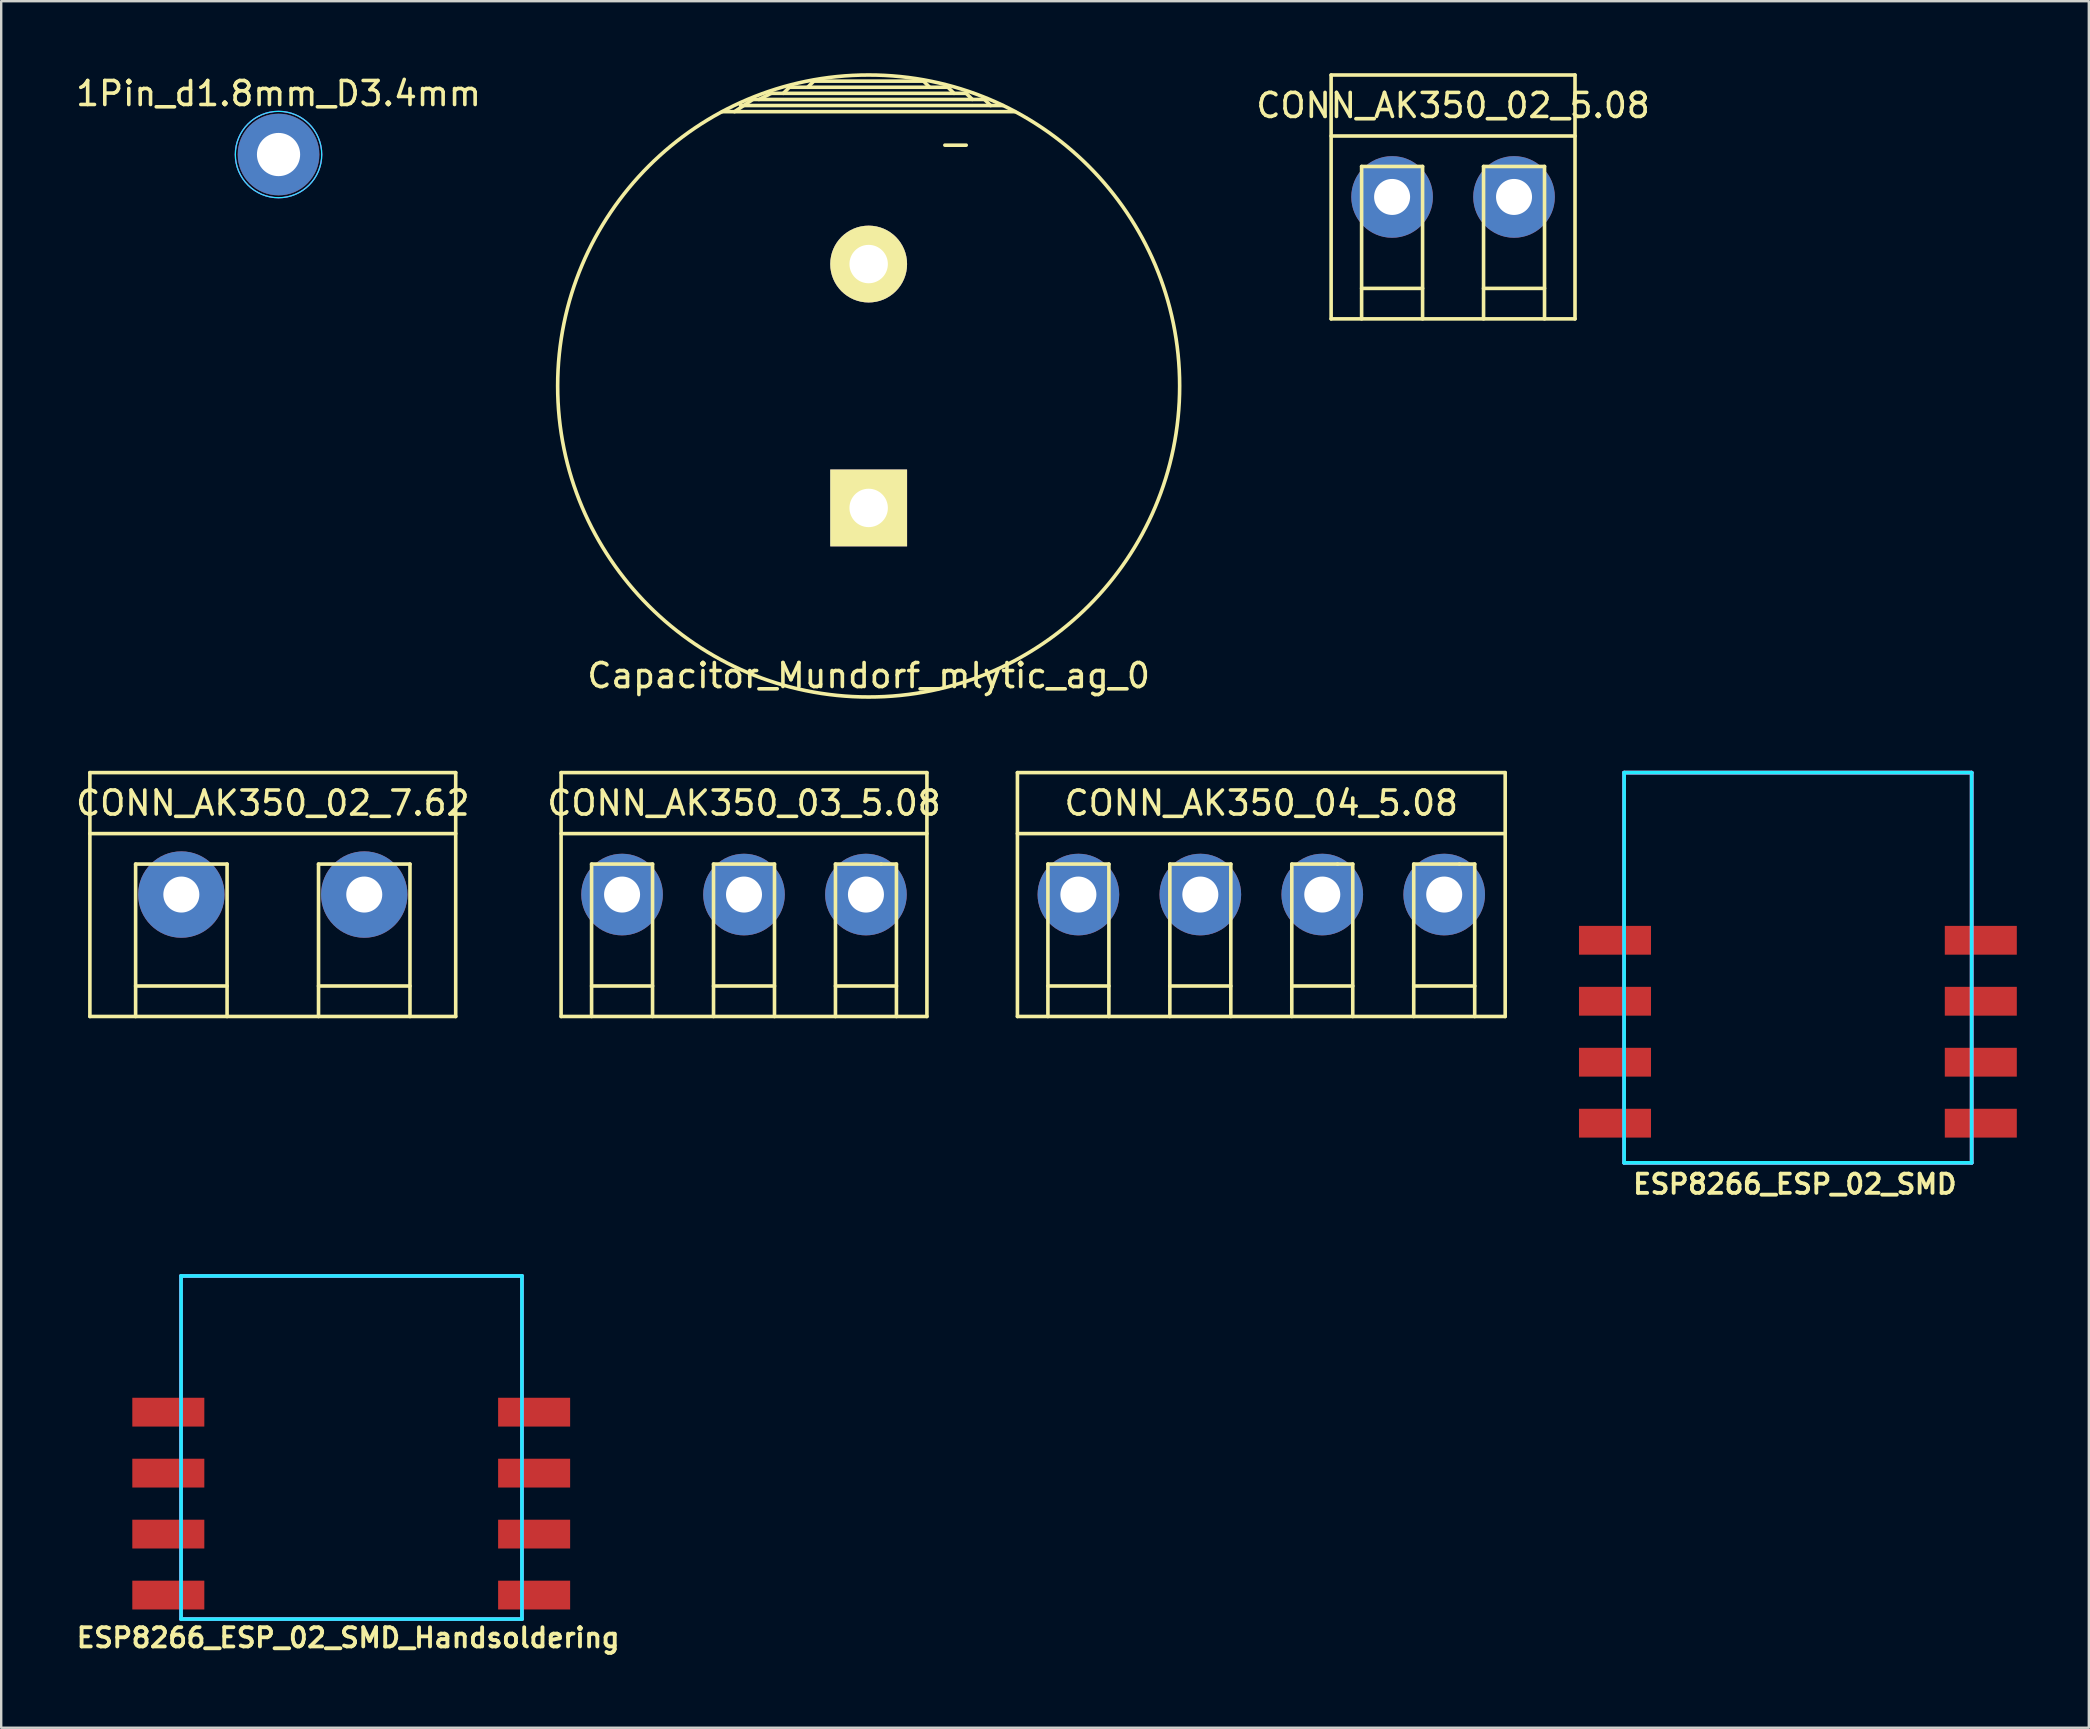
<source format=kicad_pcb>
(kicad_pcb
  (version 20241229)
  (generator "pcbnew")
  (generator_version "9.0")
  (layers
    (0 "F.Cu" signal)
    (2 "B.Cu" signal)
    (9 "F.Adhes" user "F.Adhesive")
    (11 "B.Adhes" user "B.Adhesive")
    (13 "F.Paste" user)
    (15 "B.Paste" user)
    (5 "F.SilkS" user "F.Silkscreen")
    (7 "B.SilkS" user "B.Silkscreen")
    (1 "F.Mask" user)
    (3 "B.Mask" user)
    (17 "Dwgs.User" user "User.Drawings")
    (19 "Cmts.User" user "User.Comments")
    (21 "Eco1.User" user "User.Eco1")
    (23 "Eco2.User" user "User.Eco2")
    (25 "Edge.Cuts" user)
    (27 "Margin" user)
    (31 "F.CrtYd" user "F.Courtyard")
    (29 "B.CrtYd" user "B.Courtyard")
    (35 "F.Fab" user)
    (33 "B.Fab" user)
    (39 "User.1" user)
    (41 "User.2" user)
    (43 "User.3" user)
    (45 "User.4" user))
  (footprint "CONN_AK350_02_7.62"
    (layer "F.Cu")
    (at 4.505 34.218)
    (property "Reference" "CONN_AK350_02_7.62" (at 3.81 -3.81 0) (layer "F.SilkS") (effects (font (size 1 1) (thickness 0.15))))
    (attr exclude_from_pos_files exclude_from_bom)
    (fp_line (start -3.81 -5.08) (end -3.81 5.08) (stroke (width 0.15) (type solid)) (layer "F.SilkS"))
    (fp_line (start -3.81 -5.08) (end 11.43 -5.08) (stroke (width 0.15) (type solid)) (layer "F.SilkS"))
    (fp_line (start -1.905 -1.27) (end 1.905 -1.27) (stroke (width 0.15) (type solid)) (layer "F.SilkS"))
    (fp_line (start -1.905 3.81) (end 1.905 3.81) (stroke (width 0.15) (type solid)) (layer "F.SilkS"))
    (fp_line (start -1.905 5.08) (end -1.905 -1.27) (stroke (width 0.15) (type solid)) (layer "F.SilkS"))
    (fp_line (start 1.905 -1.27) (end 1.905 5.08) (stroke (width 0.15) (type solid)) (layer "F.SilkS"))
    (fp_line (start 5.715 -1.27) (end 9.525 -1.27) (stroke (width 0.15) (type solid)) (layer "F.SilkS"))
    (fp_line (start 5.715 3.81) (end 9.525 3.81) (stroke (width 0.15) (type solid)) (layer "F.SilkS"))
    (fp_line (start 5.715 5.08) (end 5.715 -1.27) (stroke (width 0.15) (type solid)) (layer "F.SilkS"))
    (fp_line (start 9.525 -1.27) (end 9.525 5.08) (stroke (width 0.15) (type solid)) (layer "F.SilkS"))
    (fp_line (start 11.43 -5.08) (end 11.43 5.08) (stroke (width 0.15) (type solid)) (layer "F.SilkS"))
    (fp_line (start 11.43 -2.54) (end -3.81 -2.54) (stroke (width 0.15) (type solid)) (layer "F.SilkS"))
    (fp_line (start 11.43 5.08) (end -3.81 5.08) (stroke (width 0.15) (type solid)) (layer "F.SilkS"))
    (pad "1" thru_hole circle (at 0 0) (size 3.6 3.6) (drill 1.5) (layers "*.Cu" "*.Mask"))
    (pad "2" thru_hole circle (at 7.62 0) (size 3.6 3.6) (drill 1.5) (layers "*.Cu" "*.Mask")))
  (footprint "Capacitor_Mundorf_mlytic_ag_0"
    (layer "F.Cu")
    (at 33.139 13.031)
    (property "Reference" "Capacitor_Mundorf_mlytic_ag_0" (at 0 12.065 180) (layer "F.SilkS") (effects (font (size 1 1) (thickness 0.15))))
    (attr through_hole)
    (fp_line (start -5.334 -11.684) (end 5.588 -11.684) (stroke (width 0.15) (type solid)) (layer "F.SilkS"))
    (fp_line (start -4.826 -11.938) (end -5.588 -11.43) (stroke (width 0.15) (type solid)) (layer "F.SilkS"))
    (fp_line (start -4.572 -11.938) (end -4.064 -12.192) (stroke (width 0.15) (type solid)) (layer "F.SilkS"))
    (fp_line (start -4.064 -12.192) (end 4.064 -12.192) (stroke (width 0.15) (type solid)) (layer "F.SilkS"))
    (fp_line (start -3.302 -12.446) (end -3.556 -12.192) (stroke (width 0.15) (type solid)) (layer "F.SilkS"))
    (fp_line (start -2.54 -12.446) (end -2.286 -12.7) (stroke (width 0.15) (type solid)) (layer "F.SilkS"))
    (fp_line (start -2.286 -12.7) (end 2.286 -12.7) (stroke (width 0.15) (type solid)) (layer "F.SilkS"))
    (fp_line (start 2.286 -12.7) (end 2.54 -12.446) (stroke (width 0.15) (type solid)) (layer "F.SilkS"))
    (fp_line (start 3.175 -10.033) (end 4.064 -10.033) (stroke (width 0.15) (type solid)) (layer "F.SilkS"))
    (fp_line (start 3.302 -12.446) (end -3.302 -12.446) (stroke (width 0.15) (type solid)) (layer "F.SilkS"))
    (fp_line (start 3.556 -12.192) (end 3.302 -12.446) (stroke (width 0.15) (type solid)) (layer "F.SilkS"))
    (fp_line (start 4.064 -12.192) (end 4.318 -11.938) (stroke (width 0.15) (type solid)) (layer "F.SilkS"))
    (fp_line (start 4.826 -11.938) (end -4.826 -11.938) (stroke (width 0.15) (type solid)) (layer "F.SilkS"))
    (fp_line (start 5.08 -11.684) (end 4.826 -11.938) (stroke (width 0.15) (type solid)) (layer "F.SilkS"))
    (fp_line (start 6.096 -11.43) (end -6.096 -11.43) (stroke (width 0.15) (type solid)) (layer "F.SilkS"))
    (fp_circle (center 0 0) (end -12.954 -0.254) (stroke (width 0.15) (type solid)) (fill no) (layer "F.SilkS"))
    (pad "1" thru_hole rect (at 0 5.08 180) (size 3.2 3.2) (drill 1.6) (layers "*.Cu" "*.Mask" "F.SilkS"))
    (pad "2" thru_hole circle (at 0 -5.08 180) (size 3.2 3.2) (drill 1.6) (layers "*.Cu" "*.Mask" "F.SilkS")))
  (footprint "CONN_AK350_02_5.08"
    (layer "F.Cu")
    (at 54.946 5.155)
    (property "Reference" "CONN_AK350_02_5.08" (at 2.54 -3.81 0) (layer "F.SilkS") (effects (font (size 1 1) (thickness 0.15))))
    (attr exclude_from_pos_files exclude_from_bom)
    (fp_line (start -2.54 -5.08) (end -2.54 5.08) (stroke (width 0.15) (type solid)) (layer "F.SilkS"))
    (fp_line (start -2.54 -5.08) (end 7.62 -5.08) (stroke (width 0.15) (type solid)) (layer "F.SilkS"))
    (fp_line (start -1.27 -1.27) (end 1.27 -1.27) (stroke (width 0.15) (type solid)) (layer "F.SilkS"))
    (fp_line (start -1.27 3.81) (end 1.27 3.81) (stroke (width 0.15) (type solid)) (layer "F.SilkS"))
    (fp_line (start -1.27 5.08) (end -1.27 -1.27) (stroke (width 0.15) (type solid)) (layer "F.SilkS"))
    (fp_line (start 1.27 -1.27) (end 1.27 5.08) (stroke (width 0.15) (type solid)) (layer "F.SilkS"))
    (fp_line (start 3.81 -1.27) (end 6.35 -1.27) (stroke (width 0.15) (type solid)) (layer "F.SilkS"))
    (fp_line (start 3.81 3.81) (end 6.35 3.81) (stroke (width 0.15) (type solid)) (layer "F.SilkS"))
    (fp_line (start 3.81 5.08) (end 3.81 -1.27) (stroke (width 0.15) (type solid)) (layer "F.SilkS"))
    (fp_line (start 6.35 -1.27) (end 6.35 5.08) (stroke (width 0.15) (type solid)) (layer "F.SilkS"))
    (fp_line (start 7.62 -5.08) (end 7.62 5.08) (stroke (width 0.15) (type solid)) (layer "F.SilkS"))
    (fp_line (start 7.62 -2.54) (end -2.54 -2.54) (stroke (width 0.15) (type solid)) (layer "F.SilkS"))
    (fp_line (start 7.62 5.08) (end -2.54 5.08) (stroke (width 0.15) (type solid)) (layer "F.SilkS"))
    (pad "1" thru_hole circle (at 0 0) (size 3.4 3.4) (drill 1.5) (layers "*.Cu" "*.Mask"))
    (pad "2" thru_hole circle (at 5.08 0) (size 3.4 3.4) (drill 1.5) (layers "*.Cu" "*.Mask")))
  (footprint "CONN_AK350_04_5.08"
    (layer "F.Cu")
    (at 41.877 34.218)
    (property "Reference" "CONN_AK350_04_5.08" (at 7.62 -3.81 0) (layer "F.SilkS") (effects (font (size 1 1) (thickness 0.15))))
    (attr exclude_from_pos_files exclude_from_bom)
    (fp_line (start -2.54 -5.08) (end -2.54 5.08) (stroke (width 0.15) (type solid)) (layer "F.SilkS"))
    (fp_line (start -2.54 -5.08) (end 17.78 -5.08) (stroke (width 0.15) (type solid)) (layer "F.SilkS"))
    (fp_line (start -1.27 -1.27) (end 1.27 -1.27) (stroke (width 0.15) (type solid)) (layer "F.SilkS"))
    (fp_line (start -1.27 3.81) (end 1.27 3.81) (stroke (width 0.15) (type solid)) (layer "F.SilkS"))
    (fp_line (start -1.27 5.08) (end -1.27 -1.27) (stroke (width 0.15) (type solid)) (layer "F.SilkS"))
    (fp_line (start 1.27 -1.27) (end 1.27 5.08) (stroke (width 0.15) (type solid)) (layer "F.SilkS"))
    (fp_line (start 3.81 -1.27) (end 6.35 -1.27) (stroke (width 0.15) (type solid)) (layer "F.SilkS"))
    (fp_line (start 3.81 3.81) (end 6.35 3.81) (stroke (width 0.15) (type solid)) (layer "F.SilkS"))
    (fp_line (start 3.81 5.08) (end 3.81 -1.27) (stroke (width 0.15) (type solid)) (layer "F.SilkS"))
    (fp_line (start 6.35 -1.27) (end 6.35 5.08) (stroke (width 0.15) (type solid)) (layer "F.SilkS"))
    (fp_line (start 8.89 -1.27) (end 10.795 -1.27) (stroke (width 0.15) (type solid)) (layer "F.SilkS"))
    (fp_line (start 8.89 3.81) (end 11.43 3.81) (stroke (width 0.15) (type solid)) (layer "F.SilkS"))
    (fp_line (start 8.89 5.08) (end 8.89 -1.27) (stroke (width 0.15) (type solid)) (layer "F.SilkS"))
    (fp_line (start 10.795 -1.27) (end 11.43 -1.27) (stroke (width 0.15) (type solid)) (layer "F.SilkS"))
    (fp_line (start 11.43 -1.27) (end 11.43 5.08) (stroke (width 0.15) (type solid)) (layer "F.SilkS"))
    (fp_line (start 13.97 -1.27) (end 15.875 -1.27) (stroke (width 0.15) (type solid)) (layer "F.SilkS"))
    (fp_line (start 13.97 3.81) (end 16.51 3.81) (stroke (width 0.15) (type solid)) (layer "F.SilkS"))
    (fp_line (start 13.97 5.08) (end 13.97 -1.27) (stroke (width 0.15) (type solid)) (layer "F.SilkS"))
    (fp_line (start 15.875 -1.27) (end 16.51 -1.27) (stroke (width 0.15) (type solid)) (layer "F.SilkS"))
    (fp_line (start 16.51 -1.27) (end 16.51 5.08) (stroke (width 0.15) (type solid)) (layer "F.SilkS"))
    (fp_line (start 17.78 -5.08) (end 17.78 5.08) (stroke (width 0.15) (type solid)) (layer "F.SilkS"))
    (fp_line (start 17.78 -2.54) (end -2.54 -2.54) (stroke (width 0.15) (type solid)) (layer "F.SilkS"))
    (fp_line (start 17.78 5.08) (end -2.54 5.08) (stroke (width 0.15) (type solid)) (layer "F.SilkS"))
    (pad "1" thru_hole circle (at 0 0) (size 3.4 3.4) (drill 1.5) (layers "*.Cu" "*.Mask"))
    (pad "2" thru_hole circle (at 5.08 0) (size 3.4 3.4) (drill 1.5) (layers "*.Cu" "*.Mask"))
    (pad "3" thru_hole circle (at 10.16 0) (size 3.4 3.4) (drill 1.5) (layers "*.Cu" "*.Mask"))
    (pad "4" thru_hole circle (at 15.24 0) (size 3.4 3.4) (drill 1.5) (layers "*.Cu" "*.Mask")))
  (footprint "ESP8266_ESP_02_SMD"
    (layer "F.Cu")
    (at 64.613 43.743)
    (property "Reference" "ESP8266_ESP_02_SMD" (at 7.112 2.54 180) (layer "F.SilkS") (effects (font (size 0.8 0.8) (thickness 0.16))))
    (attr through_hole)
    (fp_line (start 0 -14.605) (end 14.478 -14.605) (stroke (width 0.15) (type solid)) (layer "F.SilkS"))
    (fp_line (start 0 1.651) (end 0 -14.605) (stroke (width 0.15) (type solid)) (layer "F.SilkS"))
    (fp_line (start 14.478 -14.605) (end 14.478 1.651) (stroke (width 0.15) (type solid)) (layer "F.SilkS"))
    (fp_line (start 14.478 1.651) (end 0 1.651) (stroke (width 0.15) (type solid)) (layer "F.SilkS"))
    (fp_line (start 0 -14.605) (end 14.478 -14.605) (stroke (width 0.15) (type solid)) (layer "B.CrtYd"))
    (fp_line (start 0 1.651) (end 0 -14.605) (stroke (width 0.15) (type solid)) (layer "B.CrtYd"))
    (fp_line (start 14.478 -14.605) (end 14.478 1.651) (stroke (width 0.15) (type solid)) (layer "B.CrtYd"))
    (fp_line (start 14.478 1.651) (end 0 1.651) (stroke (width 0.15) (type solid)) (layer "B.CrtYd"))
    (fp_line (start 0 -14.605) (end 14.478 -14.605) (stroke (width 0.15) (type solid)) (layer "F.CrtYd"))
    (fp_line (start 0 1.651) (end 0 -14.605) (stroke (width 0.15) (type solid)) (layer "F.CrtYd"))
    (fp_line (start 14.478 -14.605) (end 14.478 1.651) (stroke (width 0.15) (type solid)) (layer "F.CrtYd"))
    (fp_line (start 14.478 1.651) (end 0 1.651) (stroke (width 0.15) (type solid)) (layer "F.CrtYd"))
    (pad "1" smd rect (at -0.381 -7.62 180) (size 3 1.2) (layers "F.Cu" "F.Mask" "F.Paste"))
    (pad "2" smd rect (at -0.381 -5.08 180) (size 3 1.2) (layers "F.Cu" "F.Mask" "F.Paste"))
    (pad "3" smd rect (at -0.381 -2.54 180) (size 3 1.2) (layers "F.Cu" "F.Mask" "F.Paste"))
    (pad "4" smd rect (at -0.381 0 180) (size 3 1.2) (layers "F.Cu" "F.Mask" "F.Paste"))
    (pad "5" smd rect (at 14.859 0 180) (size 3 1.2) (layers "F.Cu" "F.Mask" "F.Paste"))
    (pad "6" smd rect (at 14.859 -2.54 180) (size 3 1.2) (layers "F.Cu" "F.Mask" "F.Paste"))
    (pad "7" smd rect (at 14.859 -5.08 180) (size 3 1.2) (layers "F.Cu" "F.Mask" "F.Paste"))
    (pad "8" smd rect (at 14.859 -7.62 180) (size 3 1.2) (layers "F.Cu" "F.Mask" "F.Paste")))
  (footprint "CONN_AK350_03_5.08"
    (layer "F.Cu")
    (at 22.866 34.218)
    (property "Reference" "CONN_AK350_03_5.08" (at 5.08 -3.81 0) (layer "F.SilkS") (effects (font (size 1 1) (thickness 0.15))))
    (attr exclude_from_pos_files exclude_from_bom)
    (fp_line (start -2.54 -5.08) (end -2.54 5.08) (stroke (width 0.15) (type solid)) (layer "F.SilkS"))
    (fp_line (start -2.54 -5.08) (end 12.7 -5.08) (stroke (width 0.15) (type solid)) (layer "F.SilkS"))
    (fp_line (start -1.27 -1.27) (end 1.27 -1.27) (stroke (width 0.15) (type solid)) (layer "F.SilkS"))
    (fp_line (start -1.27 3.81) (end 1.27 3.81) (stroke (width 0.15) (type solid)) (layer "F.SilkS"))
    (fp_line (start -1.27 5.08) (end -1.27 -1.27) (stroke (width 0.15) (type solid)) (layer "F.SilkS"))
    (fp_line (start 1.27 -1.27) (end 1.27 5.08) (stroke (width 0.15) (type solid)) (layer "F.SilkS"))
    (fp_line (start 3.81 -1.27) (end 6.35 -1.27) (stroke (width 0.15) (type solid)) (layer "F.SilkS"))
    (fp_line (start 3.81 3.81) (end 6.35 3.81) (stroke (width 0.15) (type solid)) (layer "F.SilkS"))
    (fp_line (start 3.81 5.08) (end 3.81 -1.27) (stroke (width 0.15) (type solid)) (layer "F.SilkS"))
    (fp_line (start 6.35 -1.27) (end 6.35 5.08) (stroke (width 0.15) (type solid)) (layer "F.SilkS"))
    (fp_line (start 8.89 -1.27) (end 10.795 -1.27) (stroke (width 0.15) (type solid)) (layer "F.SilkS"))
    (fp_line (start 8.89 3.81) (end 11.43 3.81) (stroke (width 0.15) (type solid)) (layer "F.SilkS"))
    (fp_line (start 8.89 5.08) (end 8.89 -1.27) (stroke (width 0.15) (type solid)) (layer "F.SilkS"))
    (fp_line (start 10.795 -1.27) (end 11.43 -1.27) (stroke (width 0.15) (type solid)) (layer "F.SilkS"))
    (fp_line (start 11.43 -1.27) (end 11.43 5.08) (stroke (width 0.15) (type solid)) (layer "F.SilkS"))
    (fp_line (start 12.7 -5.08) (end 12.7 5.08) (stroke (width 0.15) (type solid)) (layer "F.SilkS"))
    (fp_line (start 12.7 -2.54) (end -2.54 -2.54) (stroke (width 0.15) (type solid)) (layer "F.SilkS"))
    (fp_line (start 12.7 5.08) (end -2.54 5.08) (stroke (width 0.15) (type solid)) (layer "F.SilkS"))
    (pad "1" thru_hole circle (at 0 0) (size 3.4 3.4) (drill 1.5) (layers "*.Cu" "*.Mask"))
    (pad "2" thru_hole circle (at 5.08 0) (size 3.4 3.4) (drill 1.5) (layers "*.Cu" "*.Mask"))
    (pad "3" thru_hole circle (at 10.16 0) (size 3.4 3.4) (drill 1.5) (layers "*.Cu" "*.Mask")))
  (footprint "1Pin_d1.8mm_D3.4mm"
    (layer "F.Cu")
    (at 8.554 3.388)
    (property "Reference" "1Pin_d1.8mm_D3.4mm" (at 0 -2.54 0) (layer "F.SilkS") (effects (font (size 1 1) (thickness 0.15))))
    (attr through_hole)
    (fp_circle (center 0 0) (end 1.8 0) (stroke (width 0.05) (type solid)) (fill no) (layer "B.CrtYd"))
    (fp_circle (center 0 0) (end 1.8 0) (stroke (width 0.05) (type solid)) (fill no) (layer "F.CrtYd"))
    (pad "1" thru_hole circle (at 0 0) (size 3.4 3.4) (drill 1.8) (layers "*.Cu" "*.Mask")))
  (footprint "ESP8266_ESP_02_SMD_Handsoldering"
    (layer "F.Cu")
    (at 4.343 63.402)
    (property "Reference" "ESP8266_ESP_02_SMD_Handsoldering" (at 7.112 1.778 180) (layer "F.SilkS") (effects (font (size 0.8 0.8) (thickness 0.16))))
    (attr through_hole)
    (fp_line (start 0.151 -13.295) (end 14.351 -13.295) (stroke (width 0.15) (type solid)) (layer "F.SilkS"))
    (fp_line (start 0.151 1) (end 0.151 -13.295) (stroke (width 0.15) (type solid)) (layer "F.SilkS"))
    (fp_line (start 14.351 -13.295) (end 14.351 1) (stroke (width 0.15) (type solid)) (layer "F.SilkS"))
    (fp_line (start 14.351 1) (end 0.151 1) (stroke (width 0.15) (type solid)) (layer "F.SilkS"))
    (fp_line (start 0.151 -13.295) (end 14.351 -13.295) (stroke (width 0.15) (type solid)) (layer "B.CrtYd"))
    (fp_line (start 0.151 1) (end 0.151 -13.295) (stroke (width 0.15) (type solid)) (layer "B.CrtYd"))
    (fp_line (start 14.351 -13.295) (end 14.351 1) (stroke (width 0.15) (type solid)) (layer "B.CrtYd"))
    (fp_line (start 14.351 1) (end 0.151 1) (stroke (width 0.15) (type solid)) (layer "B.CrtYd"))
    (fp_line (start 0.151 -13.295) (end 14.351 -13.295) (stroke (width 0.15) (type solid)) (layer "F.CrtYd"))
    (fp_line (start 0.151 1) (end 0.151 -13.295) (stroke (width 0.15) (type solid)) (layer "F.CrtYd"))
    (fp_line (start 14.351 -13.295) (end 14.351 1) (stroke (width 0.15) (type solid)) (layer "F.CrtYd"))
    (fp_line (start 14.351 1) (end 0.151 1) (stroke (width 0.15) (type solid)) (layer "F.CrtYd"))
    (pad "1" smd rect (at -0.381 -7.62 180) (size 3 1.2) (layers "F.Cu" "F.Mask" "F.Paste"))
    (pad "2" smd rect (at -0.381 -5.08 180) (size 3 1.2) (layers "F.Cu" "F.Mask" "F.Paste"))
    (pad "3" smd rect (at -0.381 -2.54 180) (size 3 1.2) (layers "F.Cu" "F.Mask" "F.Paste"))
    (pad "4" smd rect (at -0.381 0 180) (size 3 1.2) (layers "F.Cu" "F.Mask" "F.Paste"))
    (pad "5" smd rect (at 14.859 0 180) (size 3 1.2) (layers "F.Cu" "F.Mask" "F.Paste"))
    (pad "6" smd rect (at 14.859 -2.54 180) (size 3 1.2) (layers "F.Cu" "F.Mask" "F.Paste"))
    (pad "7" smd rect (at 14.859 -5.08 180) (size 3 1.2) (layers "F.Cu" "F.Mask" "F.Paste"))
    (pad "8" smd rect (at 14.859 -7.62 180) (size 3 1.2) (layers "F.Cu" "F.Mask" "F.Paste")))
  (gr_rect
    (start -3 -3)
    (end 83.972 68.929)
    (stroke (width 0.1) (type default))
    (fill no)
    (layer "Edge.Cuts")))
</source>
